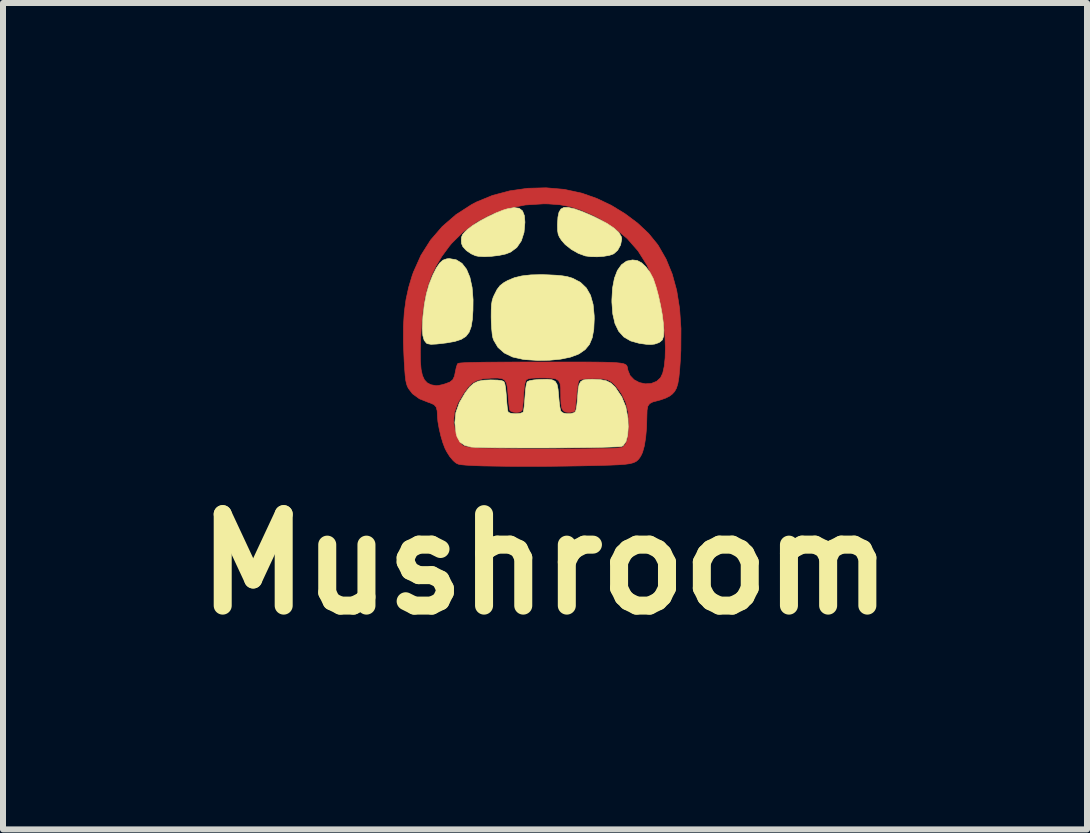
<source format=kicad_pcb>
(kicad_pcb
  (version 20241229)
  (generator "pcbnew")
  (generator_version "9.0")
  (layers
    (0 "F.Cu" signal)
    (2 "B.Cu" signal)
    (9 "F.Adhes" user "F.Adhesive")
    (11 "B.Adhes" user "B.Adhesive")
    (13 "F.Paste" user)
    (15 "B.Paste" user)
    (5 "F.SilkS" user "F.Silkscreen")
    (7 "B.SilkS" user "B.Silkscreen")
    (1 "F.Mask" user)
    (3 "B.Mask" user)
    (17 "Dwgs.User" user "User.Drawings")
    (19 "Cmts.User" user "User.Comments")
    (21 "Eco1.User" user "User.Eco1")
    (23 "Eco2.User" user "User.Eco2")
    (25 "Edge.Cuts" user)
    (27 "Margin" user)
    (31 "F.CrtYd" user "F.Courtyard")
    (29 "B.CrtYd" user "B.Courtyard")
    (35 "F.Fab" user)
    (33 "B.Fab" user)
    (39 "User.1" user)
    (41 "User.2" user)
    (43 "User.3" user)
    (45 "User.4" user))
  (footprint "Mushroom"
    (layer "F.Cu")
    (at 6.031 2.541)
    (property "Reference" "Mushroom" (at 0 3.81 0) (layer "F.SilkS") (effects (font (size 1.524 1.524) (thickness 0.3))))
    (attr through_hole)
    (fp_poly (pts (xy 0.32 -2.436) (xy 0.611 -2.373) (xy 0.615 -2.372) (xy 0.862 -2.285) (xy 1.104 -2.17) (xy 1.333 -2.03) (xy 1.543 -1.873) (xy 1.725 -1.702) (xy 1.871 -1.523) (xy 1.888 -1.499) (xy 2.017 -1.274) (xy 2.119 -1.025) (xy 2.194 -0.751) (xy 2.242 -0.45) (xy 2.265 -0.117) (xy 2.263 0.249) (xy 2.255 0.404) (xy 2.243 0.572) (xy 2.23 0.702) (xy 2.213 0.801) (xy 2.19 0.876) (xy 2.16 0.931) (xy 2.121 0.974) (xy 2.077 1.008) (xy 2.012 1.041) (xy 1.928 1.071) (xy 1.881 1.084) (xy 1.796 1.106) (xy 1.743 1.134) (xy 1.713 1.176) (xy 1.7 1.244) (xy 1.697 1.342) (xy 1.692 1.529) (xy 1.677 1.697) (xy 1.655 1.837) (xy 1.625 1.945) (xy 1.605 1.989) (xy 1.579 2.034) (xy 1.551 2.069) (xy 1.518 2.097) (xy 1.474 2.118) (xy 1.414 2.134) (xy 1.332 2.145) (xy 1.223 2.153) (xy 1.083 2.159) (xy 0.906 2.164) (xy 0.825 2.166) (xy 0.59 2.171) (xy 0.343 2.175) (xy 0.089 2.178) (xy -0.164 2.179) (xy -0.41 2.179) (xy -0.641 2.178) (xy -0.85 2.175) (xy -1.031 2.172) (xy -1.177 2.167) (xy -1.211 2.165) (xy -1.319 2.159) (xy -1.393 2.152) (xy -1.443 2.143) (xy -1.478 2.127) (xy -1.51 2.102) (xy -1.535 2.078) (xy -1.588 2.015) (xy -1.64 1.932) (xy -1.667 1.879) (xy -1.702 1.787) (xy -1.736 1.672) (xy -1.764 1.551) (xy -1.784 1.439) (xy -1.785 1.432) (xy -1.523 1.432) (xy -1.521 1.469) (xy -1.503 1.567) (xy -1.472 1.665) (xy -1.432 1.752) (xy -1.39 1.815) (xy -1.364 1.837) (xy -1.33 1.849) (xy -1.272 1.86) (xy -1.19 1.869) (xy -1.079 1.876) (xy -0.939 1.881) (xy -0.765 1.885) (xy -0.557 1.888) (xy -0.31 1.89) (xy -0.024 1.89) (xy 0.207 1.89) (xy 0.466 1.889) (xy 0.683 1.888) (xy 0.863 1.885) (xy 1.007 1.883) (xy 1.118 1.879) (xy 1.2 1.874) (xy 1.255 1.869) (xy 1.286 1.863) (xy 1.293 1.86) (xy 1.341 1.81) (xy 1.375 1.725) (xy 1.393 1.601) (xy 1.398 1.457) (xy 1.384 1.27) (xy 1.344 1.111) (xy 1.274 0.969) (xy 1.226 0.9) (xy 1.162 0.821) (xy 1.104 0.769) (xy 1.041 0.737) (xy 0.962 0.722) (xy 0.855 0.717) (xy 0.813 0.717) (xy 0.694 0.72) (xy 0.612 0.728) (xy 0.57 0.742) (xy 0.569 0.743) (xy 0.556 0.775) (xy 0.543 0.841) (xy 0.531 0.93) (xy 0.524 1.004) (xy 0.515 1.103) (xy 0.506 1.185) (xy 0.498 1.241) (xy 0.493 1.259) (xy 0.464 1.272) (xy 0.41 1.28) (xy 0.392 1.28) (xy 0.339 1.274) (xy 0.302 1.252) (xy 0.279 1.208) (xy 0.266 1.135) (xy 0.262 1.027) (xy 0.262 0.985) (xy 0.26 0.875) (xy 0.25 0.798) (xy 0.224 0.749) (xy 0.177 0.721) (xy 0.1 0.709) (xy -0.011 0.706) (xy -0.046 0.706) (xy -0.157 0.707) (xy -0.232 0.711) (xy -0.279 0.72) (xy -0.307 0.734) (xy -0.315 0.742) (xy -0.332 0.785) (xy -0.346 0.867) (xy -0.355 0.982) (xy -0.357 1.001) (xy -0.363 1.099) (xy -0.371 1.18) (xy -0.38 1.236) (xy -0.386 1.252) (xy -0.421 1.274) (xy -0.477 1.281) (xy -0.536 1.274) (xy -0.578 1.255) (xy -0.587 1.243) (xy -0.595 1.205) (xy -0.603 1.136) (xy -0.612 1.046) (xy -0.615 0.996) (xy -0.625 0.876) (xy -0.641 0.794) (xy -0.671 0.743) (xy -0.719 0.716) (xy -0.794 0.707) (xy -0.902 0.709) (xy -0.907 0.71) (xy -1.036 0.721) (xy -1.133 0.746) (xy -1.211 0.79) (xy -1.284 0.862) (xy -1.357 0.961) (xy -1.454 1.126) (xy -1.509 1.282) (xy -1.523 1.432) (xy -1.785 1.432) (xy -1.792 1.352) (xy -1.792 1.35) (xy -1.797 1.254) (xy -1.814 1.191) (xy -1.85 1.151) (xy -1.913 1.123) (xy -1.941 1.114) (xy -2.094 1.053) (xy -2.209 0.969) (xy -2.276 0.881) (xy -2.295 0.843) (xy -2.309 0.8) (xy -2.321 0.745) (xy -2.33 0.669) (xy -2.338 0.565) (xy -2.347 0.426) (xy -2.348 0.401) (xy -2.354 0.262) (xy -2.078 0.262) (xy -2.076 0.43) (xy -2.065 0.563) (xy -2.043 0.664) (xy -2.009 0.738) (xy -1.962 0.788) (xy -1.901 0.819) (xy -1.823 0.834) (xy -1.813 0.835) (xy -1.773 0.831) (xy -1.708 0.817) (xy -1.664 0.804) (xy -1.586 0.775) (xy -1.538 0.737) (xy -1.509 0.677) (xy -1.492 0.592) (xy -1.478 0.527) (xy -1.461 0.478) (xy -1.455 0.468) (xy -1.442 0.462) (xy -1.408 0.457) (xy -1.353 0.453) (xy -1.273 0.449) (xy -1.166 0.447) (xy -1.029 0.444) (xy -0.859 0.443) (xy -0.653 0.442) (xy -0.409 0.441) (xy -0.124 0.441) (xy -0.059 0.441) (xy 0.226 0.441) (xy 0.47 0.441) (xy 0.676 0.441) (xy 0.848 0.442) (xy 0.989 0.444) (xy 1.101 0.447) (xy 1.188 0.452) (xy 1.254 0.459) (xy 1.302 0.467) (xy 1.334 0.479) (xy 1.355 0.493) (xy 1.366 0.51) (xy 1.373 0.531) (xy 1.377 0.555) (xy 1.38 0.575) (xy 1.417 0.666) (xy 1.484 0.736) (xy 1.572 0.783) (xy 1.671 0.804) (xy 1.77 0.798) (xy 1.86 0.762) (xy 1.925 0.702) (xy 1.961 0.626) (xy 1.986 0.514) (xy 2.001 0.372) (xy 2.005 0.207) (xy 1.999 0.025) (xy 1.983 -0.166) (xy 1.957 -0.361) (xy 1.921 -0.553) (xy 1.908 -0.608) (xy 1.818 -0.908) (xy 1.699 -1.174) (xy 1.55 -1.41) (xy 1.369 -1.617) (xy 1.154 -1.797) (xy 0.904 -1.952) (xy 0.78 -2.014) (xy 0.592 -2.094) (xy 0.419 -2.148) (xy 0.245 -2.18) (xy 0.052 -2.194) (xy -0.025 -2.195) (xy -0.329 -2.176) (xy -0.617 -2.119) (xy -0.887 -2.025) (xy -1.135 -1.896) (xy -1.359 -1.732) (xy -1.556 -1.536) (xy -1.597 -1.486) (xy -1.717 -1.323) (xy -1.816 -1.16) (xy -1.896 -0.992) (xy -1.959 -0.81) (xy -2.006 -0.61) (xy -2.04 -0.384) (xy -2.062 -0.124) (xy -2.072 0.054) (xy -2.078 0.262) (xy -2.354 0.262) (xy -2.36 0.105) (xy -2.359 -0.155) (xy -2.345 -0.389) (xy -2.316 -0.602) (xy -2.272 -0.804) (xy -2.213 -1.001) (xy -2.192 -1.059) (xy -2.067 -1.338) (xy -1.907 -1.591) (xy -1.712 -1.817) (xy -1.485 -2.014) (xy -1.226 -2.181) (xy -1.141 -2.226) (xy -0.876 -2.335) (xy -0.589 -2.411) (xy -0.289 -2.454) (xy 0.017 -2.462) (xy 0.32 -2.436)) (stroke (width 0.01) (type solid)) (fill yes) (layer "F.Cu"))
    (fp_poly (pts (xy 0.099 -2.535) (xy 0.334 -2.533) (xy 0.563 -2.529) (xy 0.781 -2.524) (xy 0.983 -2.517) (xy 1.162 -2.509) (xy 1.312 -2.5) (xy 1.429 -2.49) (xy 1.495 -2.481) (xy 1.701 -2.434) (xy 1.872 -2.37) (xy 2.013 -2.284) (xy 2.126 -2.174) (xy 2.214 -2.035) (xy 2.28 -1.864) (xy 2.327 -1.657) (xy 2.354 -1.453) (xy 2.367 -1.296) (xy 2.377 -1.109) (xy 2.385 -0.896) (xy 2.39 -0.664) (xy 2.393 -0.419) (xy 2.394 -0.165) (xy 2.392 0.092) (xy 2.388 0.346) (xy 2.383 0.592) (xy 2.375 0.824) (xy 2.365 1.037) (xy 2.353 1.226) (xy 2.339 1.383) (xy 2.324 1.505) (xy 2.316 1.552) (xy 2.266 1.736) (xy 2.2 1.89) (xy 2.114 2.016) (xy 2.004 2.118) (xy 1.865 2.198) (xy 1.696 2.259) (xy 1.491 2.303) (xy 1.247 2.332) (xy 1.236 2.333) (xy 1.156 2.338) (xy 1.037 2.342) (xy 0.886 2.346) (xy 0.708 2.349) (xy 0.51 2.351) (xy 0.296 2.352) (xy 0.073 2.353) (xy -0.153 2.353) (xy -0.378 2.352) (xy -0.594 2.351) (xy -0.796 2.349) (xy -0.979 2.346) (xy -1.136 2.343) (xy -1.262 2.339) (xy -1.351 2.334) (xy -1.366 2.333) (xy -1.605 2.304) (xy -1.805 2.261) (xy -1.97 2.204) (xy -2.105 2.129) (xy -2.214 2.034) (xy -2.301 1.918) (xy -2.337 1.854) (xy -2.37 1.78) (xy -2.399 1.698) (xy -2.423 1.605) (xy -2.444 1.496) (xy -2.46 1.37) (xy -2.474 1.221) (xy -2.484 1.047) (xy -2.492 0.844) (xy -2.498 0.609) (xy -2.501 0.338) (xy -2.501 0.281) (xy -2.387 0.281) (xy -2.379 0.473) (xy -2.361 0.642) (xy -2.333 0.782) (xy -2.304 0.87) (xy -2.244 0.96) (xy -2.156 1.039) (xy -2.054 1.094) (xy -1.991 1.112) (xy -1.933 1.123) (xy -1.891 1.141) (xy -1.861 1.173) (xy -1.839 1.225) (xy -1.82 1.305) (xy -1.802 1.42) (xy -1.797 1.452) (xy -1.761 1.656) (xy -1.718 1.82) (xy -1.666 1.949) (xy -1.604 2.047) (xy -1.529 2.118) (xy -1.502 2.137) (xy -1.486 2.145) (xy -1.468 2.153) (xy -1.443 2.159) (xy -1.408 2.165) (xy -1.361 2.169) (xy -1.297 2.172) (xy -1.214 2.175) (xy -1.107 2.177) (xy -0.974 2.178) (xy -0.811 2.179) (xy -0.614 2.179) (xy -0.381 2.179) (xy -0.108 2.179) (xy -0.051 2.179) (xy 0.195 2.179) (xy 0.429 2.178) (xy 0.648 2.177) (xy 0.847 2.175) (xy 1.023 2.172) (xy 1.172 2.169) (xy 1.289 2.166) (xy 1.37 2.163) (xy 1.412 2.16) (xy 1.415 2.159) (xy 1.487 2.132) (xy 1.55 2.093) (xy 1.555 2.088) (xy 1.598 2.042) (xy 1.631 1.988) (xy 1.655 1.919) (xy 1.671 1.829) (xy 1.683 1.709) (xy 1.692 1.553) (xy 1.692 1.545) (xy 1.698 1.406) (xy 1.706 1.304) (xy 1.719 1.232) (xy 1.74 1.184) (xy 1.772 1.152) (xy 1.82 1.13) (xy 1.885 1.111) (xy 1.905 1.106) (xy 2.025 1.07) (xy 2.11 1.029) (xy 2.169 0.975) (xy 2.208 0.9) (xy 2.235 0.794) (xy 2.25 0.707) (xy 2.261 0.605) (xy 2.268 0.47) (xy 2.273 0.313) (xy 2.275 0.143) (xy 2.274 -0.029) (xy 2.27 -0.191) (xy 2.263 -0.335) (xy 2.253 -0.449) (xy 2.249 -0.481) (xy 2.206 -0.707) (xy 2.149 -0.927) (xy 2.081 -1.127) (xy 2.029 -1.252) (xy 1.895 -1.485) (xy 1.723 -1.702) (xy 1.519 -1.899) (xy 1.286 -2.072) (xy 1.03 -2.217) (xy 0.755 -2.331) (xy 0.664 -2.361) (xy 0.471 -2.404) (xy 0.248 -2.429) (xy 0.007 -2.436) (xy -0.243 -2.426) (xy -0.491 -2.399) (xy -0.725 -2.356) (xy -0.923 -2.301) (xy -1.174 -2.198) (xy -1.412 -2.061) (xy -1.629 -1.898) (xy -1.817 -1.713) (xy -1.943 -1.553) (xy -2.009 -1.445) (xy -2.081 -1.311) (xy -2.151 -1.167) (xy -2.212 -1.027) (xy -2.256 -0.908) (xy -2.258 -0.902) (xy -2.3 -0.739) (xy -2.334 -0.551) (xy -2.36 -0.348) (xy -2.378 -0.137) (xy -2.387 0.076) (xy -2.387 0.281) (xy -2.501 0.281) (xy -2.502 0.027) (xy -2.502 -0.084) (xy -2.501 -0.42) (xy -2.498 -0.715) (xy -2.493 -0.972) (xy -2.485 -1.195) (xy -2.474 -1.387) (xy -2.459 -1.552) (xy -2.44 -1.692) (xy -2.416 -1.811) (xy -2.387 -1.912) (xy -2.352 -1.999) (xy -2.312 -2.075) (xy -2.265 -2.143) (xy -2.213 -2.205) (xy -2.147 -2.27) (xy -2.076 -2.325) (xy -1.996 -2.372) (xy -1.902 -2.41) (xy -1.791 -2.441) (xy -1.658 -2.467) (xy -1.499 -2.487) (xy -1.309 -2.502) (xy -1.084 -2.515) (xy -0.82 -2.525) (xy -0.78 -2.527) (xy -0.58 -2.532) (xy -0.363 -2.535) (xy -0.135 -2.536) (xy 0.099 -2.535)) (stroke (width 0.01) (type solid)) (fill yes) (layer "F.Mask"))
    (fp_poly (pts (xy -0.432 -2.121) (xy -0.375 -2.077) (xy -0.344 -1.997) (xy -0.335 -1.889) (xy -0.35 -1.719) (xy -0.395 -1.578) (xy -0.47 -1.468) (xy -0.572 -1.392) (xy -0.652 -1.36) (xy -0.764 -1.336) (xy -0.889 -1.321) (xy -1.01 -1.315) (xy -1.113 -1.321) (xy -1.158 -1.33) (xy -1.228 -1.361) (xy -1.299 -1.409) (xy -1.318 -1.425) (xy -1.369 -1.481) (xy -1.391 -1.533) (xy -1.395 -1.586) (xy -1.391 -1.64) (xy -1.374 -1.682) (xy -1.335 -1.728) (xy -1.288 -1.772) (xy -1.203 -1.836) (xy -1.089 -1.907) (xy -0.958 -1.977) (xy -0.823 -2.041) (xy -0.696 -2.091) (xy -0.631 -2.111) (xy -0.516 -2.132) (xy -0.432 -2.121)) (stroke (width 0.01) (type solid)) (fill yes) (layer "F.SilkS"))
    (fp_poly (pts (xy -1.479 -1.262) (xy -1.384 -1.203) (xy -1.308 -1.105) (xy -1.252 -0.971) (xy -1.215 -0.801) (xy -1.199 -0.596) (xy -1.201 -0.42) (xy -1.211 -0.267) (xy -1.231 -0.147) (xy -1.265 -0.055) (xy -1.318 0.013) (xy -1.396 0.063) (xy -1.504 0.098) (xy -1.647 0.123) (xy -1.804 0.141) (xy -1.9 0.146) (xy -1.96 0.135) (xy -1.976 0.126) (xy -2.014 0.078) (xy -2.036 -0.000353) (xy -2.044 -0.114) (xy -2.038 -0.264) (xy -2.034 -0.321) (xy -2.01 -0.524) (xy -1.977 -0.695) (xy -1.934 -0.847) (xy -1.877 -0.993) (xy -1.869 -1.011) (xy -1.81 -1.128) (xy -1.755 -1.208) (xy -1.699 -1.257) (xy -1.635 -1.279) (xy -1.592 -1.282) (xy -1.479 -1.262)) (stroke (width 0.01) (type solid)) (fill yes) (layer "F.SilkS"))
    (fp_poly (pts (xy 0.489 -2.112) (xy 0.622 -2.065) (xy 0.781 -1.997) (xy 0.869 -1.955) (xy 1.032 -1.869) (xy 1.152 -1.789) (xy 1.232 -1.715) (xy 1.272 -1.645) (xy 1.278 -1.609) (xy 1.259 -1.51) (xy 1.21 -1.421) (xy 1.144 -1.362) (xy 1.077 -1.338) (xy 0.981 -1.321) (xy 0.871 -1.313) (xy 0.763 -1.315) (xy 0.67 -1.327) (xy 0.668 -1.328) (xy 0.554 -1.37) (xy 0.438 -1.436) (xy 0.336 -1.517) (xy 0.274 -1.588) (xy 0.239 -1.642) (xy 0.219 -1.69) (xy 0.21 -1.747) (xy 0.208 -1.83) (xy 0.208 -1.853) (xy 0.215 -1.973) (xy 0.233 -2.056) (xy 0.265 -2.108) (xy 0.314 -2.134) (xy 0.316 -2.134) (xy 0.386 -2.135) (xy 0.489 -2.112)) (stroke (width 0.01) (type solid)) (fill yes) (layer "F.SilkS"))
    (fp_poly (pts (xy 1.537 -1.25) (xy 1.606 -1.214) (xy 1.679 -1.146) (xy 1.746 -1.057) (xy 1.8 -0.955) (xy 1.808 -0.935) (xy 1.851 -0.806) (xy 1.891 -0.659) (xy 1.925 -0.504) (xy 1.953 -0.351) (xy 1.971 -0.209) (xy 1.98 -0.089) (xy 1.976 0.001) (xy 1.975 0.011) (xy 1.954 0.073) (xy 1.91 0.11) (xy 1.885 0.122) (xy 1.826 0.142) (xy 1.763 0.149) (xy 1.684 0.145) (xy 1.576 0.13) (xy 1.569 0.129) (xy 1.428 0.09) (xy 1.314 0.024) (xy 1.228 -0.071) (xy 1.166 -0.198) (xy 1.129 -0.359) (xy 1.114 -0.556) (xy 1.114 -0.597) (xy 1.125 -0.791) (xy 1.156 -0.954) (xy 1.206 -1.085) (xy 1.274 -1.18) (xy 1.358 -1.24) (xy 1.458 -1.26) (xy 1.537 -1.25)) (stroke (width 0.01) (type solid)) (fill yes) (layer "F.SilkS"))
    (fp_poly (pts (xy 0.046 -1.012) (xy 0.185 -1.005) (xy 0.291 -0.995) (xy 0.373 -0.981) (xy 0.444 -0.96) (xy 0.464 -0.953) (xy 0.591 -0.886) (xy 0.688 -0.793) (xy 0.758 -0.671) (xy 0.801 -0.518) (xy 0.819 -0.331) (xy 0.82 -0.278) (xy 0.812 -0.102) (xy 0.786 0.037) (xy 0.74 0.147) (xy 0.67 0.232) (xy 0.574 0.3) (xy 0.549 0.313) (xy 0.421 0.36) (xy 0.26 0.393) (xy 0.076 0.411) (xy -0.122 0.414) (xy -0.325 0.401) (xy -0.372 0.395) (xy -0.541 0.357) (xy -0.679 0.29) (xy -0.784 0.197) (xy -0.854 0.079) (xy -0.869 0.038) (xy -0.88 -0.023) (xy -0.889 -0.115) (xy -0.895 -0.223) (xy -0.897 -0.31) (xy -0.896 -0.427) (xy -0.892 -0.512) (xy -0.882 -0.576) (xy -0.866 -0.631) (xy -0.847 -0.674) (xy -0.799 -0.768) (xy -0.749 -0.833) (xy -0.684 -0.883) (xy -0.621 -0.918) (xy -0.51 -0.964) (xy -0.385 -0.994) (xy -0.236 -1.011) (xy -0.057 -1.015) (xy 0.046 -1.012)) (stroke (width 0.01) (type solid)) (fill yes) (layer "F.SilkS"))
    (fp_poly (pts (xy 0.922 0.734) (xy 1.02 0.753) (xy 1.096 0.791) (xy 1.161 0.85) (xy 1.175 0.867) (xy 1.279 1.022) (xy 1.347 1.189) (xy 1.381 1.376) (xy 1.387 1.518) (xy 1.377 1.661) (xy 1.349 1.766) (xy 1.303 1.831) (xy 1.282 1.845) (xy 1.25 1.85) (xy 1.18 1.854) (xy 1.076 1.858) (xy 0.942 1.862) (xy 0.783 1.865) (xy 0.605 1.867) (xy 0.413 1.869) (xy 0.211 1.871) (xy 0.005 1.872) (xy -0.202 1.872) (xy -0.403 1.872) (xy -0.594 1.871) (xy -0.77 1.87) (xy -0.925 1.868) (xy -1.056 1.865) (xy -1.157 1.862) (xy -1.223 1.858) (xy -1.233 1.857) (xy -1.342 1.829) (xy -1.418 1.774) (xy -1.466 1.686) (xy -1.482 1.63) (xy -1.503 1.451) (xy -1.486 1.283) (xy -1.428 1.119) (xy -1.331 0.954) (xy -1.258 0.859) (xy -1.189 0.797) (xy -1.113 0.76) (xy -1.016 0.743) (xy -0.905 0.739) (xy -0.791 0.742) (xy -0.716 0.753) (xy -0.685 0.767) (xy -0.67 0.802) (xy -0.657 0.875) (xy -0.647 0.977) (xy -0.644 1.021) (xy -0.637 1.118) (xy -0.629 1.201) (xy -0.62 1.257) (xy -0.614 1.274) (xy -0.582 1.292) (xy -0.52 1.301) (xy -0.489 1.302) (xy -0.419 1.297) (xy -0.373 1.282) (xy -0.364 1.274) (xy -0.356 1.242) (xy -0.347 1.176) (xy -0.339 1.087) (xy -0.334 1.021) (xy -0.326 0.91) (xy -0.314 0.826) (xy -0.3 0.775) (xy -0.294 0.767) (xy -0.258 0.752) (xy -0.186 0.739) (xy -0.09 0.731) (xy -0.079 0.731) (xy 0.037 0.728) (xy 0.117 0.737) (xy 0.169 0.763) (xy 0.2 0.813) (xy 0.217 0.894) (xy 0.227 1.007) (xy 0.236 1.104) (xy 0.247 1.188) (xy 0.258 1.246) (xy 0.264 1.262) (xy 0.3 1.289) (xy 0.36 1.302) (xy 0.428 1.301) (xy 0.484 1.285) (xy 0.504 1.27) (xy 0.517 1.234) (xy 0.529 1.166) (xy 0.539 1.075) (xy 0.543 1.015) (xy 0.552 0.897) (xy 0.567 0.817) (xy 0.594 0.767) (xy 0.639 0.74) (xy 0.708 0.73) (xy 0.791 0.728) (xy 0.922 0.734)) (stroke (width 0.01) (type solid)) (fill yes) (layer "F.SilkS")))
  (gr_rect
    (start -3 -3)
    (end 15.061 10.769)
    (stroke (width 0.1) (type default))
    (fill no)
    (layer "Edge.Cuts")))
</source>
